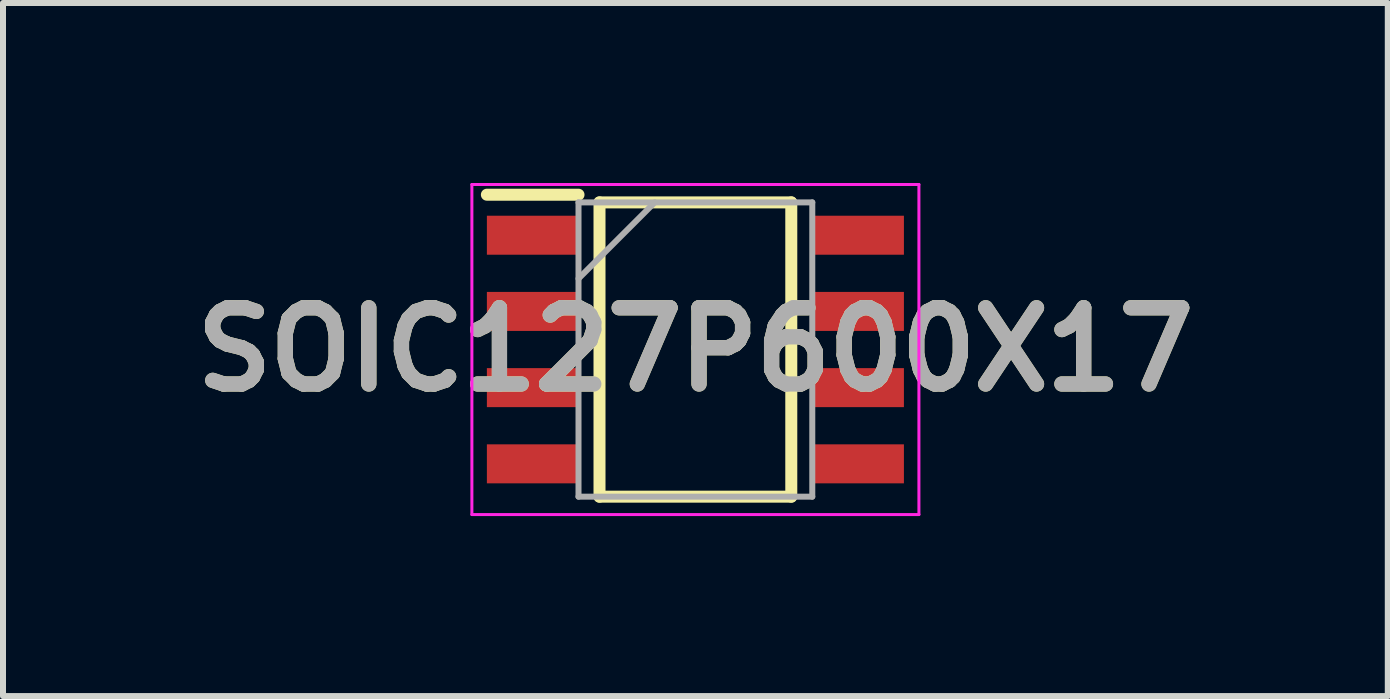
<source format=kicad_pcb>
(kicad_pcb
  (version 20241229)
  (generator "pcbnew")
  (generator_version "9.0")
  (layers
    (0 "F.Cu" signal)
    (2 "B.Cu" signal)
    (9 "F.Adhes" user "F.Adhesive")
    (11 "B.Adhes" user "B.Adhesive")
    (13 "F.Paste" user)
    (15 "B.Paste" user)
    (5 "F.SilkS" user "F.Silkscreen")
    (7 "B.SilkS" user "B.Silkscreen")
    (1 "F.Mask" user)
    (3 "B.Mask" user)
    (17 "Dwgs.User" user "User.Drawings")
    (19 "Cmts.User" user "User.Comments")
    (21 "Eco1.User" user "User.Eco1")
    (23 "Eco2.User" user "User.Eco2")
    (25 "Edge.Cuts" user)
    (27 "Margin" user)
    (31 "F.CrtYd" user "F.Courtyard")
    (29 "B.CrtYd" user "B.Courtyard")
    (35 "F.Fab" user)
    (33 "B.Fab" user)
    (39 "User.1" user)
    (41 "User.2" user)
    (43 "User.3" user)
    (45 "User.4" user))
  (footprint "SOIC127P600X17"
    (layer "F.Cu")
    (at 8.539 2.775)
    (property "Reference" "SOIC127P600X17" (at 0 0 0) (layer "F.SilkS") (effects (font (size 1.27 1.27) (thickness 0.254))))
    (attr smd)
    (fp_line (start -3.475 -2.58) (end -1.948 -2.58) (stroke (width 0.2) (type solid)) (layer "F.SilkS"))
    (fp_line (start -1.598 -2.452) (end 1.598 -2.452) (stroke (width 0.2) (type solid)) (layer "F.SilkS"))
    (fp_line (start -1.598 2.452) (end -1.598 -2.452) (stroke (width 0.2) (type solid)) (layer "F.SilkS"))
    (fp_line (start 1.598 -2.452) (end 1.598 2.452) (stroke (width 0.2) (type solid)) (layer "F.SilkS"))
    (fp_line (start 1.598 2.452) (end -1.598 2.452) (stroke (width 0.2) (type solid)) (layer "F.SilkS"))
    (fp_line (start -3.725 -2.75) (end 3.725 -2.75) (stroke (width 0.05) (type solid)) (layer "F.CrtYd"))
    (fp_line (start -3.725 2.75) (end -3.725 -2.75) (stroke (width 0.05) (type solid)) (layer "F.CrtYd"))
    (fp_line (start 3.725 -2.75) (end 3.725 2.75) (stroke (width 0.05) (type solid)) (layer "F.CrtYd"))
    (fp_line (start 3.725 2.75) (end -3.725 2.75) (stroke (width 0.05) (type solid)) (layer "F.CrtYd"))
    (fp_line (start -1.948 -2.452) (end 1.948 -2.452) (stroke (width 0.1) (type solid)) (layer "F.Fab"))
    (fp_line (start -1.948 -1.182) (end -0.678 -2.452) (stroke (width 0.1) (type solid)) (layer "F.Fab"))
    (fp_line (start -1.948 2.452) (end -1.948 -2.452) (stroke (width 0.1) (type solid)) (layer "F.Fab"))
    (fp_line (start 1.948 -2.452) (end 1.948 2.452) (stroke (width 0.1) (type solid)) (layer "F.Fab"))
    (fp_line (start 1.948 2.452) (end -1.948 2.452) (stroke (width 0.1) (type solid)) (layer "F.Fab"))
    (fp_text user "${REFERENCE}" (at 0 0 0) (layer "F.Fab") (effects (font (size 1.27 1.27) (thickness 0.254))))
    (pad "1" smd rect (at -2.711 -1.905 90) (size 0.65 1.528) (layers "F.Cu" "F.Mask" "F.Paste"))
    (pad "2" smd rect (at -2.711 -0.635 90) (size 0.65 1.528) (layers "F.Cu" "F.Mask" "F.Paste"))
    (pad "3" smd rect (at -2.711 0.635 90) (size 0.65 1.528) (layers "F.Cu" "F.Mask" "F.Paste"))
    (pad "4" smd rect (at -2.711 1.905 90) (size 0.65 1.528) (layers "F.Cu" "F.Mask" "F.Paste"))
    (pad "5" smd rect (at 2.711 1.905 90) (size 0.65 1.528) (layers "F.Cu" "F.Mask" "F.Paste"))
    (pad "6" smd rect (at 2.711 0.635 90) (size 0.65 1.528) (layers "F.Cu" "F.Mask" "F.Paste"))
    (pad "7" smd rect (at 2.711 -0.635 90) (size 0.65 1.528) (layers "F.Cu" "F.Mask" "F.Paste"))
    (pad "8" smd rect (at 2.711 -1.905 90) (size 0.65 1.528) (layers "F.Cu" "F.Mask" "F.Paste")))
  (gr_rect
    (start -3 -3)
    (end 20.078 8.55)
    (stroke (width 0.1) (type default))
    (fill no)
    (layer "Edge.Cuts")))
</source>
